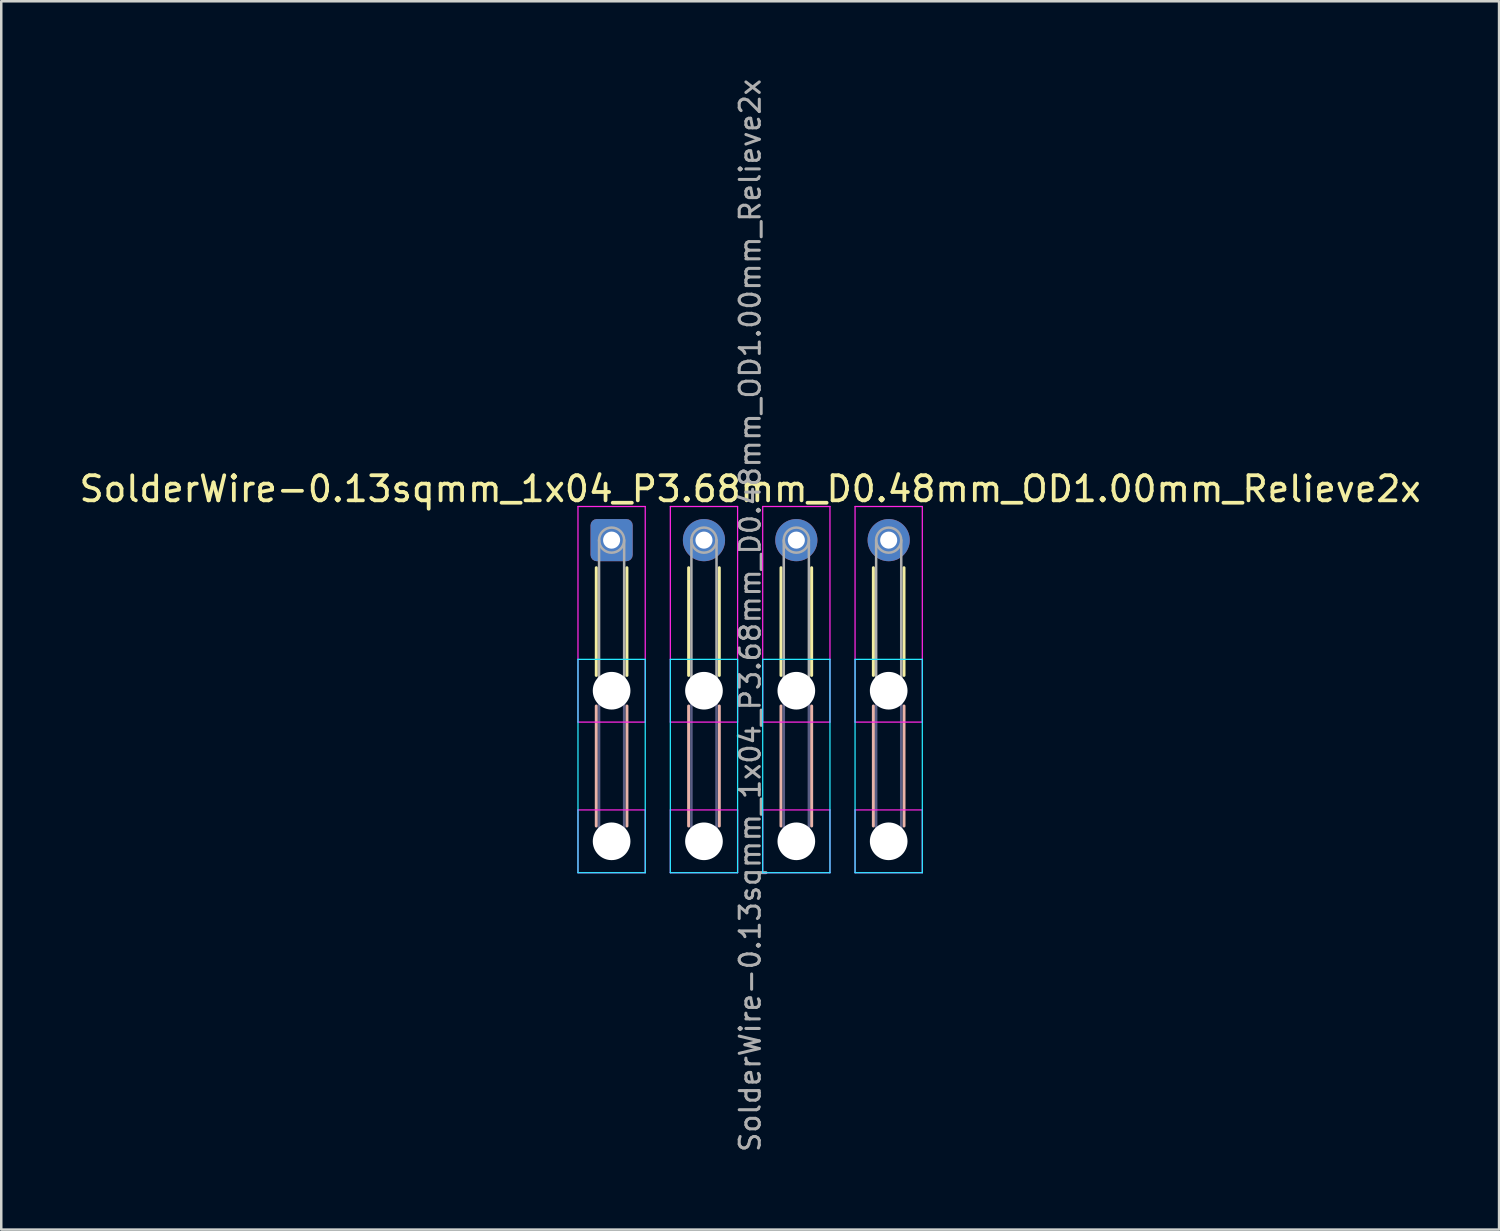
<source format=kicad_pcb>
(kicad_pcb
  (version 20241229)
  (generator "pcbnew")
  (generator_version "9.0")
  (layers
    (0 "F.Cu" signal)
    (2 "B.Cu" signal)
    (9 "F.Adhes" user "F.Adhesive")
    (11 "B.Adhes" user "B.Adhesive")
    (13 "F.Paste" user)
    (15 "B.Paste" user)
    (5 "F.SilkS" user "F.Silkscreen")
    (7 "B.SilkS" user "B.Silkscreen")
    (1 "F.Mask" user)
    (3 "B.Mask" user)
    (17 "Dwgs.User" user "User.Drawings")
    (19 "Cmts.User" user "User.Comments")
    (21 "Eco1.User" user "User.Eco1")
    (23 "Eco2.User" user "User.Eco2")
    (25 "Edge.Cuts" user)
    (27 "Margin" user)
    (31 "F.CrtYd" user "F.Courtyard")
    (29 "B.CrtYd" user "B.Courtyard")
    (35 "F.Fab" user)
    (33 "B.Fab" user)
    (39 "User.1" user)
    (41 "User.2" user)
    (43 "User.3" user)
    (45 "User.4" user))
  (footprint "SolderWire-0.13sqmm_1x04_P3.68mm_D0.48mm_OD1.00mm_Relieve2x"
    (layer "F.Cu")
    (at 21.319 18.471)
    (property "Reference" "SolderWire-0.13sqmm_1x04_P3.68mm_D0.48mm_OD1.00mm_Relieve2x" (at 5.52 -2.04 0) (layer "F.SilkS") (effects (font (size 1 1) (thickness 0.15))))
    (attr exclude_from_pos_files exclude_from_bom)
    (fp_line (start -0.61 1.1) (end -0.61 5.39) (stroke (width 0.12) (type solid)) (layer "F.SilkS"))
    (fp_line (start 0.61 1.1) (end 0.61 5.39) (stroke (width 0.12) (type solid)) (layer "F.SilkS"))
    (fp_line (start 3.07 1.1) (end 3.07 5.39) (stroke (width 0.12) (type solid)) (layer "F.SilkS"))
    (fp_line (start 4.29 1.1) (end 4.29 5.39) (stroke (width 0.12) (type solid)) (layer "F.SilkS"))
    (fp_line (start 6.75 1.1) (end 6.75 5.39) (stroke (width 0.12) (type solid)) (layer "F.SilkS"))
    (fp_line (start 7.97 1.1) (end 7.97 5.39) (stroke (width 0.12) (type solid)) (layer "F.SilkS"))
    (fp_line (start 10.43 1.1) (end 10.43 5.39) (stroke (width 0.12) (type solid)) (layer "F.SilkS"))
    (fp_line (start 11.65 1.1) (end 11.65 5.39) (stroke (width 0.12) (type solid)) (layer "F.SilkS"))
    (fp_line (start -0.61 6.61) (end -0.61 11.39) (stroke (width 0.12) (type solid)) (layer "B.SilkS"))
    (fp_line (start 0.61 6.61) (end 0.61 11.39) (stroke (width 0.12) (type solid)) (layer "B.SilkS"))
    (fp_line (start 3.07 6.61) (end 3.07 11.39) (stroke (width 0.12) (type solid)) (layer "B.SilkS"))
    (fp_line (start 4.29 6.61) (end 4.29 11.39) (stroke (width 0.12) (type solid)) (layer "B.SilkS"))
    (fp_line (start 6.75 6.61) (end 6.75 11.39) (stroke (width 0.12) (type solid)) (layer "B.SilkS"))
    (fp_line (start 7.97 6.61) (end 7.97 11.39) (stroke (width 0.12) (type solid)) (layer "B.SilkS"))
    (fp_line (start 10.43 6.61) (end 10.43 11.39) (stroke (width 0.12) (type solid)) (layer "B.SilkS"))
    (fp_line (start 11.65 6.61) (end 11.65 11.39) (stroke (width 0.12) (type solid)) (layer "B.SilkS"))
    (fp_line (start -1.34 4.75) (end -1.34 13.25) (stroke (width 0.05) (type solid)) (layer "B.CrtYd"))
    (fp_line (start -1.34 13.25) (end 1.34 13.25) (stroke (width 0.05) (type solid)) (layer "B.CrtYd"))
    (fp_line (start 1.34 4.75) (end -1.34 4.75) (stroke (width 0.05) (type solid)) (layer "B.CrtYd"))
    (fp_line (start 1.34 13.25) (end 1.34 4.75) (stroke (width 0.05) (type solid)) (layer "B.CrtYd"))
    (fp_line (start 2.34 4.75) (end 2.34 13.25) (stroke (width 0.05) (type solid)) (layer "B.CrtYd"))
    (fp_line (start 2.34 13.25) (end 5.02 13.25) (stroke (width 0.05) (type solid)) (layer "B.CrtYd"))
    (fp_line (start 5.02 4.75) (end 2.34 4.75) (stroke (width 0.05) (type solid)) (layer "B.CrtYd"))
    (fp_line (start 5.02 13.25) (end 5.02 4.75) (stroke (width 0.05) (type solid)) (layer "B.CrtYd"))
    (fp_line (start 6.02 4.75) (end 6.02 13.25) (stroke (width 0.05) (type solid)) (layer "B.CrtYd"))
    (fp_line (start 6.02 13.25) (end 8.7 13.25) (stroke (width 0.05) (type solid)) (layer "B.CrtYd"))
    (fp_line (start 8.7 4.75) (end 6.02 4.75) (stroke (width 0.05) (type solid)) (layer "B.CrtYd"))
    (fp_line (start 8.7 13.25) (end 8.7 4.75) (stroke (width 0.05) (type solid)) (layer "B.CrtYd"))
    (fp_line (start 9.7 4.75) (end 9.7 13.25) (stroke (width 0.05) (type solid)) (layer "B.CrtYd"))
    (fp_line (start 9.7 13.25) (end 12.38 13.25) (stroke (width 0.05) (type solid)) (layer "B.CrtYd"))
    (fp_line (start 12.38 4.75) (end 9.7 4.75) (stroke (width 0.05) (type solid)) (layer "B.CrtYd"))
    (fp_line (start 12.38 13.25) (end 12.38 4.75) (stroke (width 0.05) (type solid)) (layer "B.CrtYd"))
    (fp_line (start -1.34 -1.34) (end -1.34 7.25) (stroke (width 0.05) (type solid)) (layer "F.CrtYd"))
    (fp_line (start -1.34 7.25) (end 1.34 7.25) (stroke (width 0.05) (type solid)) (layer "F.CrtYd"))
    (fp_line (start -1.34 10.75) (end -1.34 13.25) (stroke (width 0.05) (type solid)) (layer "F.CrtYd"))
    (fp_line (start -1.34 13.25) (end 1.34 13.25) (stroke (width 0.05) (type solid)) (layer "F.CrtYd"))
    (fp_line (start 1.34 -1.34) (end -1.34 -1.34) (stroke (width 0.05) (type solid)) (layer "F.CrtYd"))
    (fp_line (start 1.34 7.25) (end 1.34 -1.34) (stroke (width 0.05) (type solid)) (layer "F.CrtYd"))
    (fp_line (start 1.34 10.75) (end -1.34 10.75) (stroke (width 0.05) (type solid)) (layer "F.CrtYd"))
    (fp_line (start 1.34 13.25) (end 1.34 10.75) (stroke (width 0.05) (type solid)) (layer "F.CrtYd"))
    (fp_line (start 2.34 -1.34) (end 2.34 7.25) (stroke (width 0.05) (type solid)) (layer "F.CrtYd"))
    (fp_line (start 2.34 7.25) (end 5.02 7.25) (stroke (width 0.05) (type solid)) (layer "F.CrtYd"))
    (fp_line (start 2.34 10.75) (end 2.34 13.25) (stroke (width 0.05) (type solid)) (layer "F.CrtYd"))
    (fp_line (start 2.34 13.25) (end 5.02 13.25) (stroke (width 0.05) (type solid)) (layer "F.CrtYd"))
    (fp_line (start 5.02 -1.34) (end 2.34 -1.34) (stroke (width 0.05) (type solid)) (layer "F.CrtYd"))
    (fp_line (start 5.02 7.25) (end 5.02 -1.34) (stroke (width 0.05) (type solid)) (layer "F.CrtYd"))
    (fp_line (start 5.02 10.75) (end 2.34 10.75) (stroke (width 0.05) (type solid)) (layer "F.CrtYd"))
    (fp_line (start 5.02 13.25) (end 5.02 10.75) (stroke (width 0.05) (type solid)) (layer "F.CrtYd"))
    (fp_line (start 6.02 -1.34) (end 6.02 7.25) (stroke (width 0.05) (type solid)) (layer "F.CrtYd"))
    (fp_line (start 6.02 7.25) (end 8.7 7.25) (stroke (width 0.05) (type solid)) (layer "F.CrtYd"))
    (fp_line (start 6.02 10.75) (end 6.02 13.25) (stroke (width 0.05) (type solid)) (layer "F.CrtYd"))
    (fp_line (start 6.02 13.25) (end 8.7 13.25) (stroke (width 0.05) (type solid)) (layer "F.CrtYd"))
    (fp_line (start 8.7 -1.34) (end 6.02 -1.34) (stroke (width 0.05) (type solid)) (layer "F.CrtYd"))
    (fp_line (start 8.7 7.25) (end 8.7 -1.34) (stroke (width 0.05) (type solid)) (layer "F.CrtYd"))
    (fp_line (start 8.7 10.75) (end 6.02 10.75) (stroke (width 0.05) (type solid)) (layer "F.CrtYd"))
    (fp_line (start 8.7 13.25) (end 8.7 10.75) (stroke (width 0.05) (type solid)) (layer "F.CrtYd"))
    (fp_line (start 9.7 -1.34) (end 9.7 7.25) (stroke (width 0.05) (type solid)) (layer "F.CrtYd"))
    (fp_line (start 9.7 7.25) (end 12.38 7.25) (stroke (width 0.05) (type solid)) (layer "F.CrtYd"))
    (fp_line (start 9.7 10.75) (end 9.7 13.25) (stroke (width 0.05) (type solid)) (layer "F.CrtYd"))
    (fp_line (start 9.7 13.25) (end 12.38 13.25) (stroke (width 0.05) (type solid)) (layer "F.CrtYd"))
    (fp_line (start 12.38 -1.34) (end 9.7 -1.34) (stroke (width 0.05) (type solid)) (layer "F.CrtYd"))
    (fp_line (start 12.38 7.25) (end 12.38 -1.34) (stroke (width 0.05) (type solid)) (layer "F.CrtYd"))
    (fp_line (start 12.38 10.75) (end 9.7 10.75) (stroke (width 0.05) (type solid)) (layer "F.CrtYd"))
    (fp_line (start 12.38 13.25) (end 12.38 10.75) (stroke (width 0.05) (type solid)) (layer "F.CrtYd"))
    (fp_line (start -0.5 6) (end -0.5 12) (stroke (width 0.1) (type solid)) (layer "B.Fab"))
    (fp_line (start 0.5 6) (end 0.5 12) (stroke (width 0.1) (type solid)) (layer "B.Fab"))
    (fp_line (start 3.18 6) (end 3.18 12) (stroke (width 0.1) (type solid)) (layer "B.Fab"))
    (fp_line (start 4.18 6) (end 4.18 12) (stroke (width 0.1) (type solid)) (layer "B.Fab"))
    (fp_line (start 6.86 6) (end 6.86 12) (stroke (width 0.1) (type solid)) (layer "B.Fab"))
    (fp_line (start 7.86 6) (end 7.86 12) (stroke (width 0.1) (type solid)) (layer "B.Fab"))
    (fp_line (start 10.54 6) (end 10.54 12) (stroke (width 0.1) (type solid)) (layer "B.Fab"))
    (fp_line (start 11.54 6) (end 11.54 12) (stroke (width 0.1) (type solid)) (layer "B.Fab"))
    (fp_circle (center 0 6) (end 0.5 6) (stroke (width 0.1) (type solid)) (fill no) (layer "B.Fab"))
    (fp_circle (center 0 12) (end 0.5 12) (stroke (width 0.1) (type solid)) (fill no) (layer "B.Fab"))
    (fp_circle (center 3.68 6) (end 4.18 6) (stroke (width 0.1) (type solid)) (fill no) (layer "B.Fab"))
    (fp_circle (center 3.68 12) (end 4.18 12) (stroke (width 0.1) (type solid)) (fill no) (layer "B.Fab"))
    (fp_circle (center 7.36 6) (end 7.86 6) (stroke (width 0.1) (type solid)) (fill no) (layer "B.Fab"))
    (fp_circle (center 7.36 12) (end 7.86 12) (stroke (width 0.1) (type solid)) (fill no) (layer "B.Fab"))
    (fp_circle (center 11.04 6) (end 11.54 6) (stroke (width 0.1) (type solid)) (fill no) (layer "B.Fab"))
    (fp_circle (center 11.04 12) (end 11.54 12) (stroke (width 0.1) (type solid)) (fill no) (layer "B.Fab"))
    (fp_line (start -0.5 0) (end -0.5 6) (stroke (width 0.1) (type solid)) (layer "F.Fab"))
    (fp_line (start 0.5 0) (end 0.5 6) (stroke (width 0.1) (type solid)) (layer "F.Fab"))
    (fp_line (start 3.18 0) (end 3.18 6) (stroke (width 0.1) (type solid)) (layer "F.Fab"))
    (fp_line (start 4.18 0) (end 4.18 6) (stroke (width 0.1) (type solid)) (layer "F.Fab"))
    (fp_line (start 6.86 0) (end 6.86 6) (stroke (width 0.1) (type solid)) (layer "F.Fab"))
    (fp_line (start 7.86 0) (end 7.86 6) (stroke (width 0.1) (type solid)) (layer "F.Fab"))
    (fp_line (start 10.54 0) (end 10.54 6) (stroke (width 0.1) (type solid)) (layer "F.Fab"))
    (fp_line (start 11.54 0) (end 11.54 6) (stroke (width 0.1) (type solid)) (layer "F.Fab"))
    (fp_circle (center 0 0) (end 0.5 0) (stroke (width 0.1) (type solid)) (fill no) (layer "F.Fab"))
    (fp_circle (center 0 6) (end 0.5 6) (stroke (width 0.1) (type solid)) (fill no) (layer "F.Fab"))
    (fp_circle (center 0 12) (end 0.5 12) (stroke (width 0.1) (type solid)) (fill no) (layer "F.Fab"))
    (fp_circle (center 3.68 0) (end 4.18 0) (stroke (width 0.1) (type solid)) (fill no) (layer "F.Fab"))
    (fp_circle (center 3.68 6) (end 4.18 6) (stroke (width 0.1) (type solid)) (fill no) (layer "F.Fab"))
    (fp_circle (center 3.68 12) (end 4.18 12) (stroke (width 0.1) (type solid)) (fill no) (layer "F.Fab"))
    (fp_circle (center 7.36 0) (end 7.86 0) (stroke (width 0.1) (type solid)) (fill no) (layer "F.Fab"))
    (fp_circle (center 7.36 6) (end 7.86 6) (stroke (width 0.1) (type solid)) (fill no) (layer "F.Fab"))
    (fp_circle (center 7.36 12) (end 7.86 12) (stroke (width 0.1) (type solid)) (fill no) (layer "F.Fab"))
    (fp_circle (center 11.04 0) (end 11.54 0) (stroke (width 0.1) (type solid)) (fill no) (layer "F.Fab"))
    (fp_circle (center 11.04 6) (end 11.54 6) (stroke (width 0.1) (type solid)) (fill no) (layer "F.Fab"))
    (fp_circle (center 11.04 12) (end 11.54 12) (stroke (width 0.1) (type solid)) (fill no) (layer "F.Fab"))
    (fp_text user "${REFERENCE}" (at 5.52 3 90) (layer "F.Fab") (effects (font (size 0.8 0.8) (thickness 0.12))))
    (pad "" np_thru_hole circle (at 0 6) (size 1.5 1.5) (drill 1.5) (layers "*.Cu" "*.Mask"))
    (pad "" np_thru_hole circle (at 0 12) (size 1.5 1.5) (drill 1.5) (layers "*.Cu" "*.Mask"))
    (pad "" np_thru_hole circle (at 3.68 6) (size 1.5 1.5) (drill 1.5) (layers "*.Cu" "*.Mask"))
    (pad "" np_thru_hole circle (at 3.68 12) (size 1.5 1.5) (drill 1.5) (layers "*.Cu" "*.Mask"))
    (pad "" np_thru_hole circle (at 7.36 6) (size 1.5 1.5) (drill 1.5) (layers "*.Cu" "*.Mask"))
    (pad "" np_thru_hole circle (at 7.36 12) (size 1.5 1.5) (drill 1.5) (layers "*.Cu" "*.Mask"))
    (pad "" np_thru_hole circle (at 11.04 6) (size 1.5 1.5) (drill 1.5) (layers "*.Cu" "*.Mask"))
    (pad "" np_thru_hole circle (at 11.04 12) (size 1.5 1.5) (drill 1.5) (layers "*.Cu" "*.Mask"))
    (pad "1" thru_hole roundrect (at 0 0) (size 1.68 1.68) (drill 0.68) (layers "*.Cu" "*.Mask") (roundrect_rratio 0.149))
    (pad "2" thru_hole circle (at 3.68 0) (size 1.68 1.68) (drill 0.68) (layers "*.Cu" "*.Mask"))
    (pad "3" thru_hole circle (at 7.36 0) (size 1.68 1.68) (drill 0.68) (layers "*.Cu" "*.Mask"))
    (pad "4" thru_hole circle (at 11.04 0) (size 1.68 1.68) (drill 0.68) (layers "*.Cu" "*.Mask")))
  (gr_rect
    (start -3 -3)
    (end 56.679 45.943)
    (stroke (width 0.1) (type default))
    (fill no)
    (layer "Edge.Cuts")))
</source>
